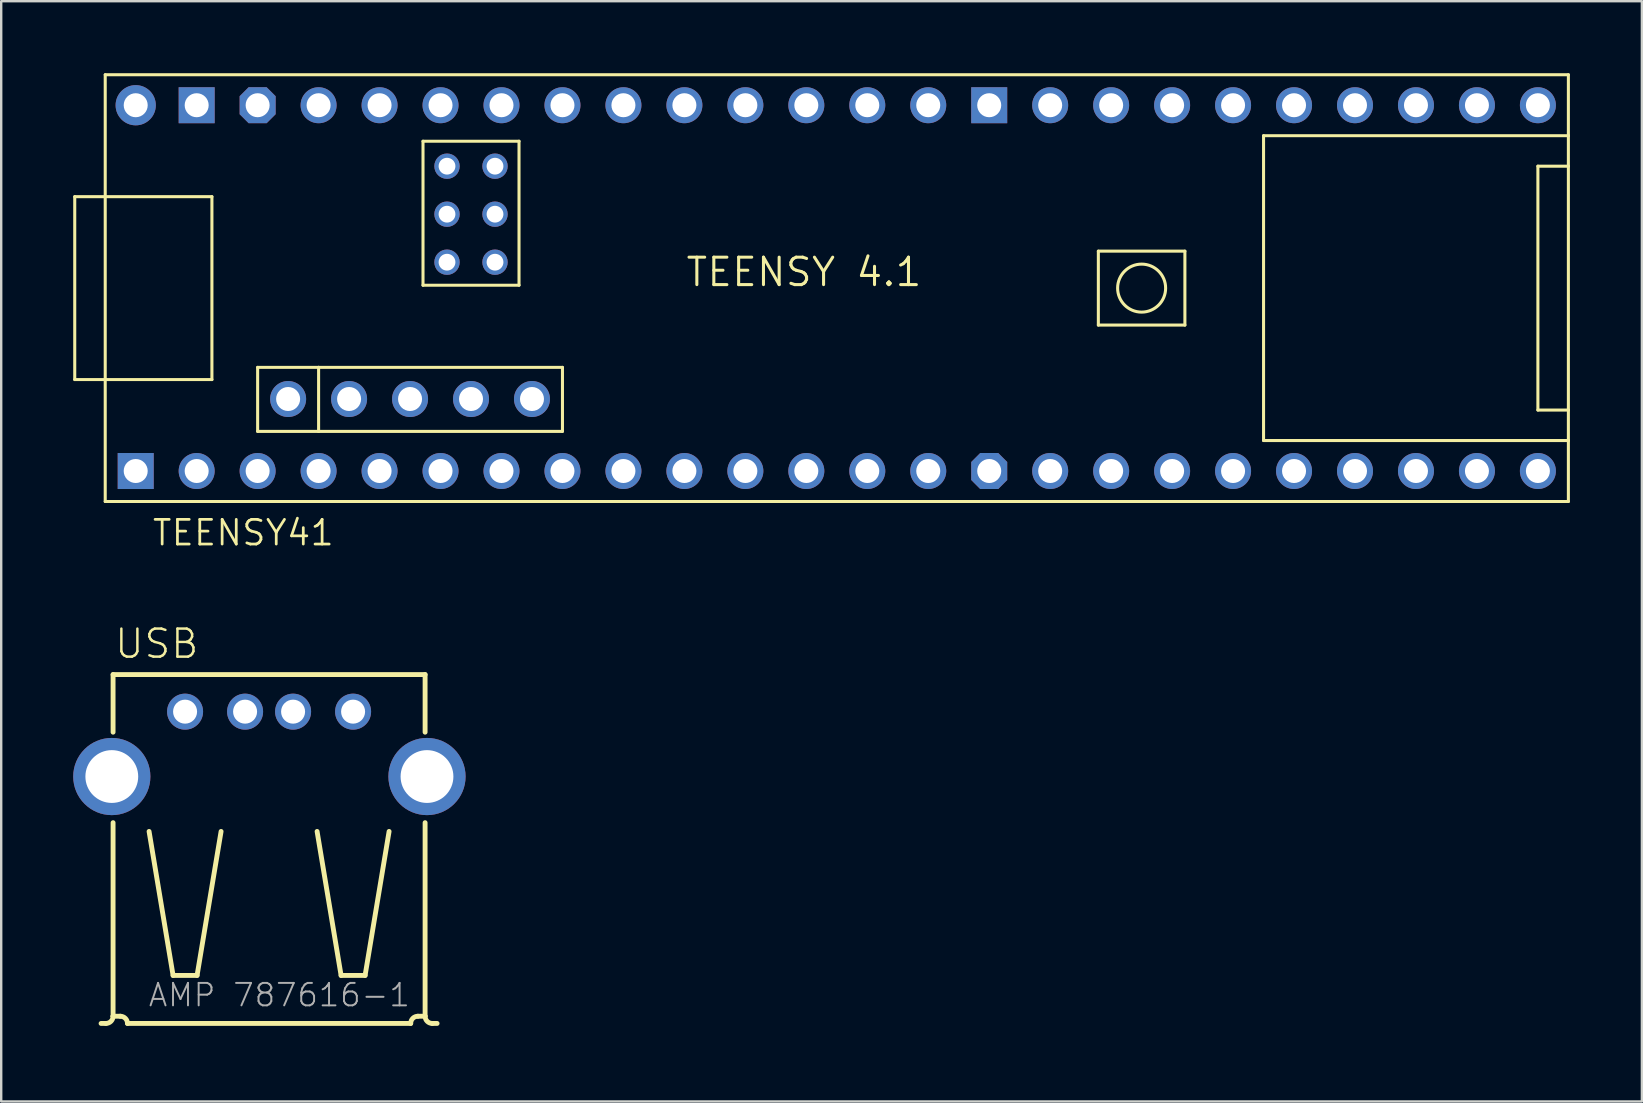
<source format=kicad_pcb>
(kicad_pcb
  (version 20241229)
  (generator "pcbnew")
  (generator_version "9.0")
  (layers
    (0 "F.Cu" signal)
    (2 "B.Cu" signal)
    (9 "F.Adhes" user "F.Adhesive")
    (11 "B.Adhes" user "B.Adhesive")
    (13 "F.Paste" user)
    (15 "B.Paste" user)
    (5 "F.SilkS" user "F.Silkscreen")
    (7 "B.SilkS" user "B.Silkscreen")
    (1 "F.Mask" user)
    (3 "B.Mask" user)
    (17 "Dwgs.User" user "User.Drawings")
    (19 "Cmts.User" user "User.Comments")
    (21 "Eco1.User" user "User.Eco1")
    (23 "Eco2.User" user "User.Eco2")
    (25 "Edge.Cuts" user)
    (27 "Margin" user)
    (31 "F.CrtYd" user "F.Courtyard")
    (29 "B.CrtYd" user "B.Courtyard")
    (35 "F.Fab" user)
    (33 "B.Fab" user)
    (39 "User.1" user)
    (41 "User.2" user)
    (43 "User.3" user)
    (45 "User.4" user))
  (footprint "TEENSY41"
    (layer "F.Cu")
    (at 33.084 8.954)
    (property "Reference" "TEENSY41" (at -29.845 10.795 0) (layer "F.SilkS") (effects (font (size 1.029 1.029) (thickness 0.114)) (justify left bottom)))
    (fp_line (start -33.02 -3.81) (end -33.02 3.81) (stroke (width 0.127) (type solid)) (layer "F.SilkS"))
    (fp_line (start -33.02 3.81) (end -27.305 3.81) (stroke (width 0.127) (type solid)) (layer "F.SilkS"))
    (fp_line (start -31.75 -8.89) (end -31.75 8.89) (stroke (width 0.127) (type solid)) (layer "F.SilkS"))
    (fp_line (start -31.75 8.89) (end 29.21 8.89) (stroke (width 0.127) (type solid)) (layer "F.SilkS"))
    (fp_line (start -27.305 -3.81) (end -33.02 -3.81) (stroke (width 0.127) (type solid)) (layer "F.SilkS"))
    (fp_line (start -27.305 3.81) (end -27.305 -3.81) (stroke (width 0.127) (type solid)) (layer "F.SilkS"))
    (fp_line (start -25.4 3.302) (end -22.86 3.302) (stroke (width 0.127) (type solid)) (layer "F.SilkS"))
    (fp_line (start -25.4 5.969) (end -25.4 3.302) (stroke (width 0.127) (type solid)) (layer "F.SilkS"))
    (fp_line (start -22.86 3.302) (end -22.86 5.969) (stroke (width 0.127) (type solid)) (layer "F.SilkS"))
    (fp_line (start -22.86 3.302) (end -12.7 3.302) (stroke (width 0.127) (type solid)) (layer "F.SilkS"))
    (fp_line (start -22.86 5.969) (end -25.4 5.969) (stroke (width 0.127) (type solid)) (layer "F.SilkS"))
    (fp_line (start -18.51 -6.12) (end -18.51 -0.12) (stroke (width 0.127) (type solid)) (layer "F.SilkS"))
    (fp_line (start -18.51 -0.12) (end -14.51 -0.12) (stroke (width 0.127) (type solid)) (layer "F.SilkS"))
    (fp_line (start -14.51 -6.12) (end -18.51 -6.12) (stroke (width 0.127) (type solid)) (layer "F.SilkS"))
    (fp_line (start -14.51 -0.12) (end -14.51 -6.12) (stroke (width 0.127) (type solid)) (layer "F.SilkS"))
    (fp_line (start -12.7 3.302) (end -12.7 5.969) (stroke (width 0.127) (type solid)) (layer "F.SilkS"))
    (fp_line (start -12.7 5.969) (end -22.86 5.969) (stroke (width 0.127) (type solid)) (layer "F.SilkS"))
    (fp_line (start 9.627 -1.54) (end 9.627 1.54) (stroke (width 0.127) (type solid)) (layer "F.SilkS"))
    (fp_line (start 9.627 1.54) (end 13.233 1.54) (stroke (width 0.127) (type solid)) (layer "F.SilkS"))
    (fp_line (start 13.233 -1.54) (end 9.627 -1.54) (stroke (width 0.127) (type solid)) (layer "F.SilkS"))
    (fp_line (start 13.233 1.54) (end 13.233 -1.54) (stroke (width 0.127) (type solid)) (layer "F.SilkS"))
    (fp_line (start 16.51 -6.35) (end 16.51 6.35) (stroke (width 0.127) (type solid)) (layer "F.SilkS"))
    (fp_line (start 16.51 6.35) (end 29.21 6.35) (stroke (width 0.127) (type solid)) (layer "F.SilkS"))
    (fp_line (start 27.94 -5.08) (end 27.94 5.08) (stroke (width 0.127) (type solid)) (layer "F.SilkS"))
    (fp_line (start 27.94 5.08) (end 29.21 5.08) (stroke (width 0.127) (type solid)) (layer "F.SilkS"))
    (fp_line (start 29.21 -8.89) (end -31.75 -8.89) (stroke (width 0.127) (type solid)) (layer "F.SilkS"))
    (fp_line (start 29.21 -6.35) (end 16.51 -6.35) (stroke (width 0.127) (type solid)) (layer "F.SilkS"))
    (fp_line (start 29.21 -6.35) (end 29.21 -8.89) (stroke (width 0.127) (type solid)) (layer "F.SilkS"))
    (fp_line (start 29.21 -5.08) (end 27.94 -5.08) (stroke (width 0.127) (type solid)) (layer "F.SilkS"))
    (fp_line (start 29.21 -5.08) (end 29.21 -6.35) (stroke (width 0.127) (type solid)) (layer "F.SilkS"))
    (fp_line (start 29.21 5.08) (end 29.21 -5.08) (stroke (width 0.127) (type solid)) (layer "F.SilkS"))
    (fp_line (start 29.21 6.35) (end 29.21 5.08) (stroke (width 0.127) (type solid)) (layer "F.SilkS"))
    (fp_line (start 29.21 8.89) (end 29.21 6.35) (stroke (width 0.127) (type solid)) (layer "F.SilkS"))
    (fp_circle (center 11.43 0) (end 12.43 0) (stroke (width 0.127) (type solid)) (fill no) (layer "F.SilkS"))
    (fp_text user "TEENSY 4.1" (at -7.62 0 0) (layer "F.SilkS") (effects (font (size 1.143 1.143) (thickness 0.127)) (justify left bottom)))
    (pad "+5V" thru_hole circle (at -24.13 4.62 90) (size 1.5 1.5) (drill 1) (layers "*.Cu" "*.Mask"))
    (pad "0-RX1/CS1/CRX2" thru_hole circle (at -27.94 7.62 90) (size 1.5 1.5) (drill 1) (layers "*.Cu" "*.Mask"))
    (pad "1-TX1/MISO1/CTX2" thru_hole circle (at -25.4 7.62 90) (size 1.5 1.5) (drill 1) (layers "*.Cu" "*.Mask"))
    (pad "2-OUT2" thru_hole circle (at -22.86 7.62 90) (size 1.5 1.5) (drill 1) (layers "*.Cu" "*.Mask"))
    (pad "3-LRCLK2" thru_hole circle (at -20.32 7.62 90) (size 1.5 1.5) (drill 1) (layers "*.Cu" "*.Mask"))
    (pad "3V3-1" thru_hole roundrect (at 5.08 7.62 90) (size 1.5 1.5) (drill 1) (layers "*.Cu" "*.Mask") (roundrect_rratio 0.25) (chamfer_ratio 0.25) (chamfer top_left top_right bottom_left bottom_right))
    (pad "3V3-3" thru_hole roundrect (at -25.4 -7.62 90) (size 1.5 1.5) (drill 1) (layers "*.Cu" "*.Mask") (roundrect_rratio 0.25) (chamfer_ratio 0.25) (chamfer top_left top_right bottom_left bottom_right))
    (pad "4-BCLK2" thru_hole circle (at -17.78 7.62 90) (size 1.5 1.5) (drill 1) (layers "*.Cu" "*.Mask"))
    (pad "5-IN2" thru_hole circle (at -15.24 7.62 180) (size 1.5 1.5) (drill 1) (layers "*.Cu" "*.Mask"))
    (pad "6-OUT1D" thru_hole circle (at -12.7 7.62 90) (size 1.5 1.5) (drill 1) (layers "*.Cu" "*.Mask"))
    (pad "7-RX2/OUT1A" thru_hole circle (at -10.16 7.62 90) (size 1.5 1.5) (drill 1) (layers "*.Cu" "*.Mask"))
    (pad "8-TX2/IN1" thru_hole circle (at -7.62 7.62 90) (size 1.5 1.5) (drill 1) (layers "*.Cu" "*.Mask"))
    (pad "9-OUT1C" thru_hole circle (at -5.08 7.62 90) (size 1.5 1.5) (drill 1) (layers "*.Cu" "*.Mask"))
    (pad "10-CS\\MQSR" thru_hole circle (at -2.54 7.62 90) (size 1.5 1.5) (drill 1) (layers "*.Cu" "*.Mask"))
    (pad "11-MOSI/CTX1" thru_hole circle (at 0 7.62 90) (size 1.5 1.5) (drill 1) (layers "*.Cu" "*.Mask"))
    (pad "12-MISO/MQSL" thru_hole circle (at 2.54 7.62 90) (size 1.5 1.5) (drill 1) (layers "*.Cu" "*.Mask"))
    (pad "13-SCK/LED" thru_hole circle (at 2.54 -7.62 90) (size 1.5 1.5) (drill 1) (layers "*.Cu" "*.Mask"))
    (pad "14-A0/TX3/SPDIF_OUT" thru_hole circle (at 0 -7.62 90) (size 1.5 1.5) (drill 1) (layers "*.Cu" "*.Mask"))
    (pad "15-A1/RX3/SPDIF_IN" thru_hole circle (at -2.54 -7.62 90) (size 1.5 1.5) (drill 1) (layers "*.Cu" "*.Mask"))
    (pad "16-A2/RX4/SCL1" thru_hole circle (at -5.08 -7.62 90) (size 1.5 1.5) (drill 1) (layers "*.Cu" "*.Mask"))
    (pad "17-A3/TX4/SDA1" thru_hole circle (at -7.62 -7.62 90) (size 1.5 1.5) (drill 1) (layers "*.Cu" "*.Mask"))
    (pad "18-A4/SDA0" thru_hole circle (at -10.16 -7.62 90) (size 1.5 1.5) (drill 1) (layers "*.Cu" "*.Mask"))
    (pad "19-A5/SCL0" thru_hole circle (at -12.7 -7.62 90) (size 1.5 1.5) (drill 1) (layers "*.Cu" "*.Mask"))
    (pad "20-A6/TX5/LRCLK1" thru_hole circle (at -15.24 -7.62 90) (size 1.5 1.5) (drill 1) (layers "*.Cu" "*.Mask"))
    (pad "21-A7/RX5/BCLK1" thru_hole circle (at -17.78 -7.62 90) (size 1.5 1.5) (drill 1) (layers "*.Cu" "*.Mask"))
    (pad "22-A8/CTX1" thru_hole circle (at -20.32 -7.62 90) (size 1.5 1.5) (drill 1) (layers "*.Cu" "*.Mask"))
    (pad "23-A9/CRX1/MCLK1" thru_hole circle (at -22.86 -7.62 90) (size 1.5 1.5) (drill 1) (layers "*.Cu" "*.Mask"))
    (pad "24-A10/TX6/SCL2" thru_hole circle (at 7.62 7.62 90) (size 1.5 1.5) (drill 1) (layers "*.Cu" "*.Mask"))
    (pad "25-A11/RX6/SDA2" thru_hole circle (at 10.16 7.62 90) (size 1.5 1.5) (drill 1) (layers "*.Cu" "*.Mask"))
    (pad "26-A12/MOSI1" thru_hole circle (at 12.7 7.62 90) (size 1.5 1.5) (drill 1) (layers "*.Cu" "*.Mask"))
    (pad "27-A13/SCK1" thru_hole circle (at 15.24 7.62 90) (size 1.5 1.5) (drill 1) (layers "*.Cu" "*.Mask"))
    (pad "28-RX7" thru_hole circle (at 17.78 7.62 90) (size 1.5 1.5) (drill 1) (layers "*.Cu" "*.Mask"))
    (pad "29-TX7" thru_hole circle (at 20.32 7.62 90) (size 1.5 1.5) (drill 1) (layers "*.Cu" "*.Mask"))
    (pad "30-CRX3" thru_hole circle (at 22.86 7.62 90) (size 1.5 1.5) (drill 1) (layers "*.Cu" "*.Mask"))
    (pad "31-CTX3" thru_hole circle (at 25.4 7.62 90) (size 1.5 1.5) (drill 1) (layers "*.Cu" "*.Mask"))
    (pad "32-OUT1B" thru_hole circle (at 27.94 7.62 90) (size 1.5 1.5) (drill 1) (layers "*.Cu" "*.Mask"))
    (pad "33-MCLK2" thru_hole circle (at 27.94 -7.62 90) (size 1.5 1.5) (drill 1) (layers "*.Cu" "*.Mask"))
    (pad "34-RX8" thru_hole circle (at 25.4 -7.62 90) (size 1.5 1.5) (drill 1) (layers "*.Cu" "*.Mask"))
    (pad "35-TX8" thru_hole circle (at 22.86 -7.62 90) (size 1.5 1.5) (drill 1) (layers "*.Cu" "*.Mask"))
    (pad "36-PWM" thru_hole circle (at 20.32 -7.62 90) (size 1.5 1.5) (drill 1) (layers "*.Cu" "*.Mask"))
    (pad "37-PWM" thru_hole circle (at 17.78 -7.62 90) (size 1.5 1.5) (drill 1) (layers "*.Cu" "*.Mask"))
    (pad "38-A14/CS/IN1" thru_hole circle (at 15.24 -7.62 90) (size 1.5 1.5) (drill 1) (layers "*.Cu" "*.Mask"))
    (pad "39-A15/CS/OUT1A" thru_hole circle (at 12.7 -7.62 90) (size 1.5 1.5) (drill 1) (layers "*.Cu" "*.Mask"))
    (pad "40-A16/CS1" thru_hole circle (at 10.16 -7.62 90) (size 1.5 1.5) (drill 1) (layers "*.Cu" "*.Mask"))
    (pad "41-A17/MISO1" thru_hole circle (at 7.62 -7.62 90) (size 1.5 1.5) (drill 1) (layers "*.Cu" "*.Mask"))
    (pad "DM" thru_hole circle (at -21.59 4.62 90) (size 1.5 1.5) (drill 1) (layers "*.Cu" "*.Mask"))
    (pad "DP" thru_hole circle (at -19.05 4.62 90) (size 1.5 1.5) (drill 1) (layers "*.Cu" "*.Mask"))
    (pad "G" thru_hole circle (at -15.51 -3.08) (size 1.056 1.056) (drill 0.7) (layers "*.Cu" "*.Mask"))
    (pad "GND1" thru_hole rect (at -30.48 7.62) (size 1.5 1.5) (drill 1) (layers "*.Cu" "*.Mask"))
    (pad "GND3" thru_hole rect (at 5.08 -7.62) (size 1.5 1.5) (drill 1) (layers "*.Cu" "*.Mask"))
    (pad "GND4" thru_hole circle (at -16.51 4.62 90) (size 1.5 1.5) (drill 1) (layers "*.Cu" "*.Mask"))
    (pad "GND5" thru_hole circle (at -13.97 4.62 90) (size 1.5 1.5) (drill 1) (layers "*.Cu" "*.Mask"))
    (pad "GND6" thru_hole rect (at -27.94 -7.62 90) (size 1.5 1.5) (drill 1) (layers "*.Cu" "*.Mask"))
    (pad "LED" thru_hole circle (at -17.51 -3.08) (size 1.056 1.056) (drill 0.7) (layers "*.Cu" "*.Mask"))
    (pad "R+" thru_hole circle (at -17.51 -5.08) (size 1.056 1.056) (drill 0.7) (layers "*.Cu" "*.Mask"))
    (pad "R-" thru_hole circle (at -15.51 -5.08) (size 1.056 1.056) (drill 0.7) (layers "*.Cu" "*.Mask"))
    (pad "T+" thru_hole circle (at -15.51 -1.08) (size 1.056 1.056) (drill 0.7) (layers "*.Cu" "*.Mask"))
    (pad "T-" thru_hole circle (at -17.51 -1.08) (size 1.056 1.056) (drill 0.7) (layers "*.Cu" "*.Mask"))
    (pad "VIN" thru_hole circle (at -30.48 -7.62 180) (size 1.676 1.676) (drill 1) (layers "*.Cu" "*.Mask")))
  (footprint "USB"
    (layer "F.Cu")
    (at 8.161 39.59)
    (property "Reference" "USB" (at -6.5 -15.135 0) (layer "F.SilkS") (effects (font (size 1.168 1.168) (thickness 0.102)) (justify left bottom)))
    (fp_line (start -6.8 0) (end -7 0) (stroke (width 0.203) (type solid)) (layer "F.SilkS"))
    (fp_line (start -6.5 -14.535) (end -6.5 -12.135) (stroke (width 0.203) (type solid)) (layer "F.SilkS"))
    (fp_line (start -6.5 -8.365) (end -6.5 -0.3) (stroke (width 0.203) (type solid)) (layer "F.SilkS"))
    (fp_line (start -6.5 -0.3) (end -6.5 -0.3) (stroke (width 0.203) (type solid)) (layer "F.SilkS"))
    (fp_line (start -6.5 -0.3) (end -6.2 -0.3) (stroke (width 0.203) (type solid)) (layer "F.SilkS"))
    (fp_line (start -5.9 0) (end 5.9 0) (stroke (width 0.203) (type solid)) (layer "F.SilkS"))
    (fp_line (start -5 -8) (end -4 -2) (stroke (width 0.203) (type solid)) (layer "F.SilkS"))
    (fp_line (start -4 -2) (end -3 -2) (stroke (width 0.203) (type solid)) (layer "F.SilkS"))
    (fp_line (start -3 -2) (end -2 -8) (stroke (width 0.203) (type solid)) (layer "F.SilkS"))
    (fp_line (start 3 -2) (end 2 -8) (stroke (width 0.203) (type solid)) (layer "F.SilkS"))
    (fp_line (start 4 -2) (end 3 -2) (stroke (width 0.203) (type solid)) (layer "F.SilkS"))
    (fp_line (start 5 -8) (end 4 -2) (stroke (width 0.203) (type solid)) (layer "F.SilkS"))
    (fp_line (start 6.2 -0.3) (end 6.5 -0.3) (stroke (width 0.203) (type solid)) (layer "F.SilkS"))
    (fp_line (start 6.5 -14.535) (end -6.5 -14.535) (stroke (width 0.203) (type solid)) (layer "F.SilkS"))
    (fp_line (start 6.5 -12.135) (end 6.5 -14.535) (stroke (width 0.203) (type solid)) (layer "F.SilkS"))
    (fp_line (start 6.5 -0.3) (end 6.5 -8.365) (stroke (width 0.203) (type solid)) (layer "F.SilkS"))
    (fp_line (start 6.8 0) (end 7 0) (stroke (width 0.203) (type solid)) (layer "F.SilkS"))
    (fp_arc (start -6.4999 -0.3) (mid -6.587768 -0.087868) (end -6.7999 0) (stroke (width 0.2032) (type solid)) (layer "F.SilkS"))
    (fp_arc (start -6.2 -0.3) (mid -5.987868 -0.212132) (end -5.9 0) (stroke (width 0.2032) (type solid)) (layer "F.SilkS"))
    (fp_arc (start 5.9 0) (mid 5.987862 -0.212167) (end 6.199999 -0.300099) (stroke (width 0.2032) (type solid)) (layer "F.SilkS"))
    (fp_arc (start 6.8 0) (mid 6.587868 -0.087868) (end 6.5 -0.3) (stroke (width 0.2032) (type solid)) (layer "F.SilkS"))
    (fp_text user "AMP 787616-1" (at -5.08 -0.635 0) (layer "F.Fab") (effects (font (size 0.935 0.935) (thickness 0.081)) (justify left bottom)))
    (pad "5V" thru_hole circle (at -3.5 -12.99) (size 1.5 1.5) (drill 1) (layers "*.Cu" "*.Mask"))
    (pad "D+" thru_hole circle (at 1 -12.99) (size 1.5 1.5) (drill 1) (layers "*.Cu" "*.Mask"))
    (pad "D-" thru_hole circle (at -1 -12.99) (size 1.5 1.5) (drill 1) (layers "*.Cu" "*.Mask"))
    (pad "GND" thru_hole circle (at 3.5 -12.99) (size 1.5 1.5) (drill 1) (layers "*.Cu" "*.Mask"))
    (pad "SH1" thru_hole circle (at -6.553 -10.287) (size 3.216 3.216) (drill 2.2) (layers "*.Cu" "*.Mask"))
    (pad "SH2" thru_hole circle (at 6.579 -10.287) (size 3.216 3.216) (drill 2.2) (layers "*.Cu" "*.Mask")))
  (gr_rect
    (start -3 -3)
    (end 65.357 42.84)
    (stroke (width 0.1) (type default))
    (fill no)
    (layer "Edge.Cuts")))
</source>
